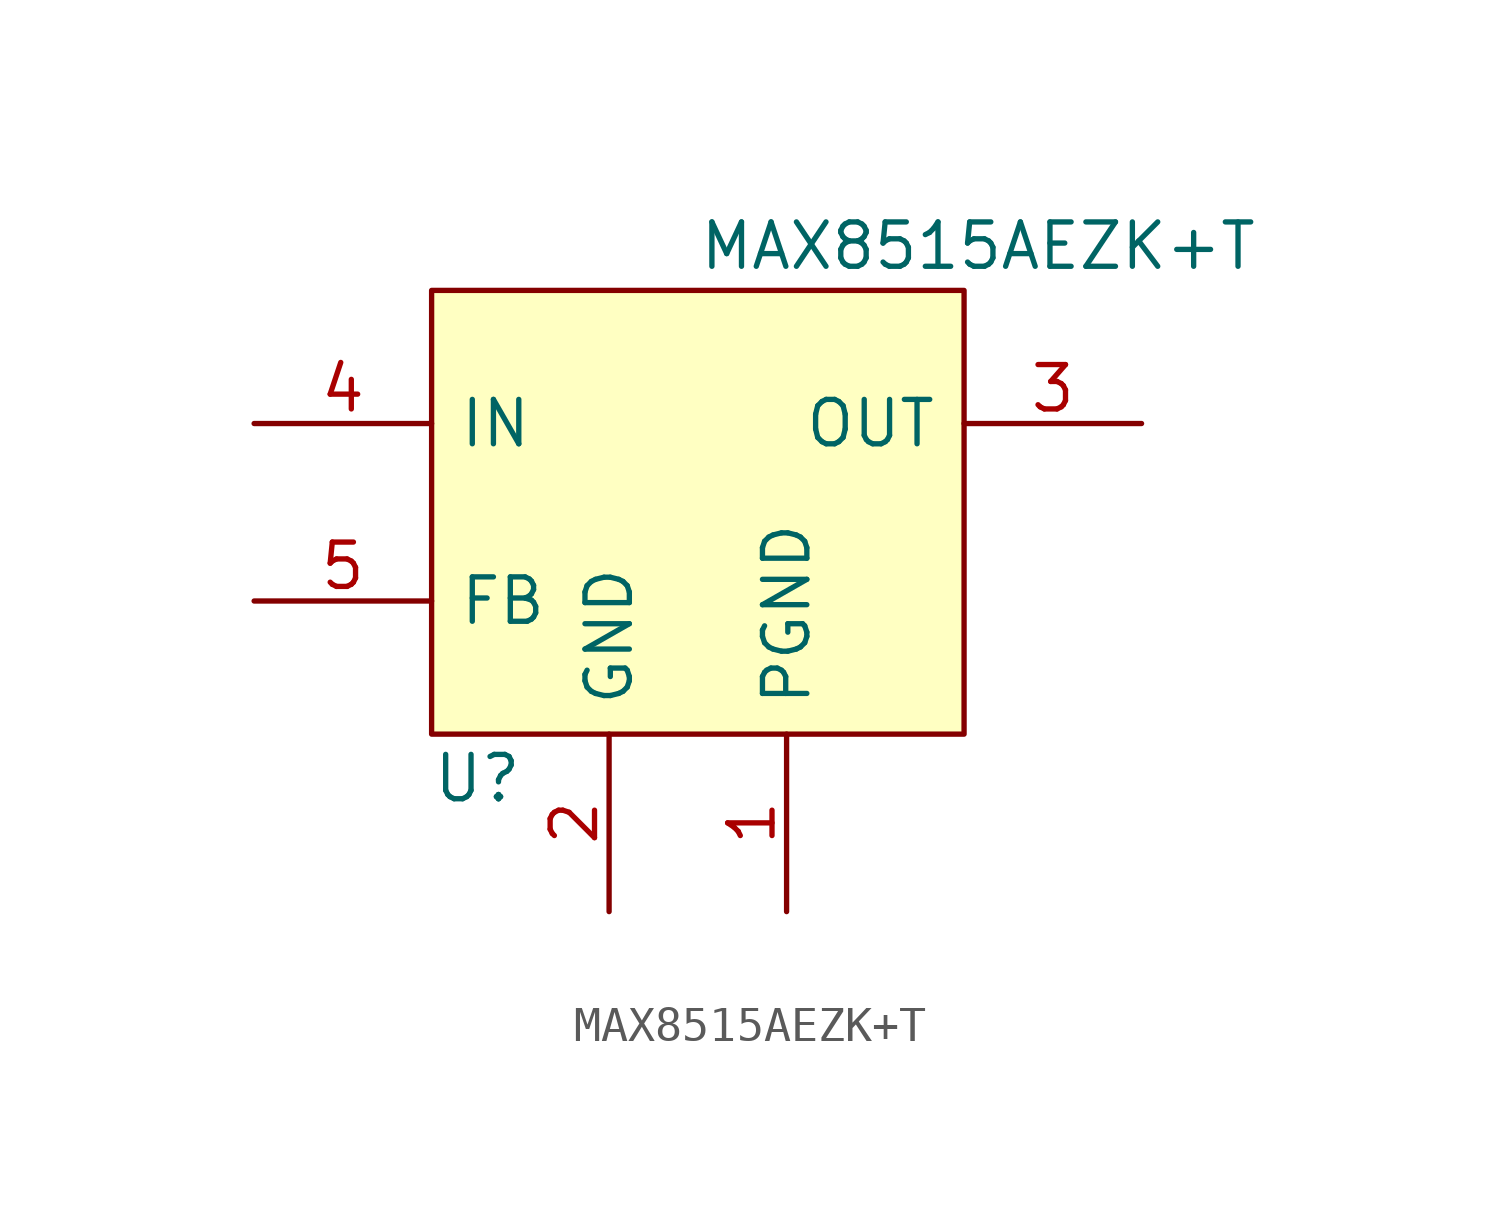
<source format=kicad_sym>
(kicad_symbol_lib
  (version 20220914)
  (generator kicad_symbol_editor)
  (symbol "MAX8515AEZK+T"
    (pin_names
      (offset 0.762))
    (property "Reference" "U"
      (at -7.62 -7.62 0)
      (effects (font (size 1.27 1.27)) (justify left)))
    (property "Value" "MAX8515AEZK+T"
      (at 0 7.62 0)
      (effects (font (size 1.27 1.27)) (justify left)))
    (symbol "MAX8515AEZK+T_0_0"
      (pin passive line (at 2.54 -11.43 90) (length 5.08) (name "PGND" (effects (font (size 1.27 1.27)))) (number "1" (effects (font (size 1.27 1.27)))))
      (pin passive line (at -2.54 -11.43 90) (length 5.08) (name "GND" (effects (font (size 1.27 1.27)))) (number "2" (effects (font (size 1.27 1.27)))))
      (pin passive line (at 12.7 2.54 180) (length 5.08) (name "OUT" (effects (font (size 1.27 1.27)))) (number "3" (effects (font (size 1.27 1.27)))))
      (pin passive line (at -12.7 2.54 0) (length 5.08) (name "IN" (effects (font (size 1.27 1.27)))) (number "4" (effects (font (size 1.27 1.27)))))
      (pin passive line (at -12.7 -2.54 0) (length 5.08) (name "FB" (effects (font (size 1.27 1.27)))) (number "5" (effects (font (size 1.27 1.27))))))
    (symbol "MAX8515AEZK+T_0_1"
      (rectangle (start -7.62 6.35) (end 7.62 -6.35) (stroke (width 0) (type default)) (fill (type background))))))
</source>
